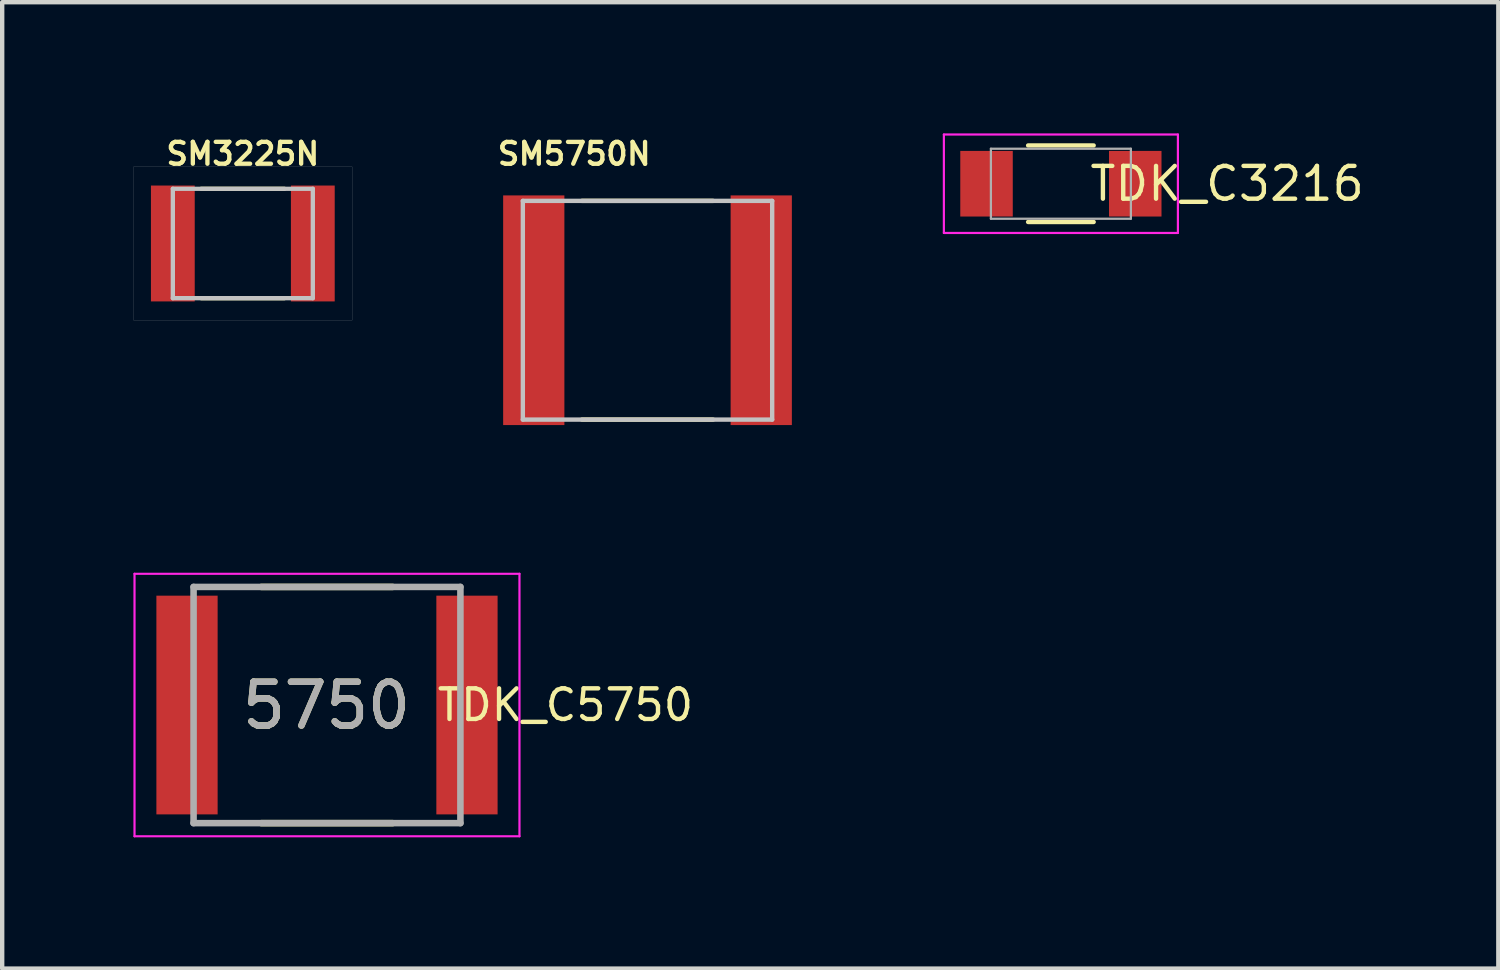
<source format=kicad_pcb>
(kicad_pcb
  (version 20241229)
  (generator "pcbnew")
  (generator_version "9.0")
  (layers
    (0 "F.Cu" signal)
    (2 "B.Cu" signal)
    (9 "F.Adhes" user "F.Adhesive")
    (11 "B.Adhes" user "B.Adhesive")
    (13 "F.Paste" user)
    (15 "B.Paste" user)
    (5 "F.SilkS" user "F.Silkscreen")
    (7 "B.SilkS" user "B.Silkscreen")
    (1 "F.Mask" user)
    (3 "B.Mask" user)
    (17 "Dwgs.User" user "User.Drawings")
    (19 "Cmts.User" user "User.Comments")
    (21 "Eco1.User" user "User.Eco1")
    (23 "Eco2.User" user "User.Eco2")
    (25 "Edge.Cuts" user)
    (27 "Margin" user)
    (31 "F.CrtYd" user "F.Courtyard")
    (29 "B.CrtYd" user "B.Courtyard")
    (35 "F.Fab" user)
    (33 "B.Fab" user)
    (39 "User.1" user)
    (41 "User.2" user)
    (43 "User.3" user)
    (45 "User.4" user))
  (footprint "TDK_C5750"
    (layer "F.Cu")
    (at 4.425 13.067)
    (property "Reference" "TDK_C5750" (at 5.45 0 0) (layer "F.SilkS") (effects (font (size 0.7 0.7) (thickness 0.1))))
    (attr smd)
    (fp_line (start -1.5 -2.7) (end 1.5 -2.7) (stroke (width 0.15) (type solid)) (layer "F.SilkS"))
    (fp_line (start 1.5 2.7) (end -1.5 2.7) (stroke (width 0.15) (type solid)) (layer "F.SilkS"))
    (fp_line (start -4.4 -3) (end 4.4 -3) (stroke (width 0.05) (type solid)) (layer "F.CrtYd"))
    (fp_line (start -4.4 3) (end -4.4 -3) (stroke (width 0.05) (type solid)) (layer "F.CrtYd"))
    (fp_line (start 4.4 -3) (end 4.4 3) (stroke (width 0.05) (type solid)) (layer "F.CrtYd"))
    (fp_line (start 4.4 3) (end -4.4 3) (stroke (width 0.05) (type solid)) (layer "F.CrtYd"))
    (fp_line (start -3.05 -2.7) (end 3.05 -2.7) (stroke (width 0.15) (type solid)) (layer "F.Fab"))
    (fp_line (start -3.05 2.7) (end -3.05 -2.7) (stroke (width 0.15) (type solid)) (layer "F.Fab"))
    (fp_line (start -3.05 2.7) (end 3.05 2.7) (stroke (width 0.15) (type solid)) (layer "F.Fab"))
    (fp_line (start 3.05 2.7) (end 3.05 -2.7) (stroke (width 0.15) (type solid)) (layer "F.Fab"))
    (fp_text user "5750" (at -0.013 0.013 180) (layer "F.SilkS") (effects (font (size 1 1) (thickness 0.15))))
    (fp_text user "5750" (at -0.013 0.013 180) (layer "F.Fab") (effects (font (size 1 1) (thickness 0.15))))
    (pad "1" smd rect (at -3.2 0) (size 1.4 5) (layers "F.Cu" "F.Mask" "F.Paste"))
    (pad "2" smd rect (at 3.2 0) (size 1.4 5) (layers "F.Cu" "F.Mask" "F.Paste")))
  (footprint "SM3225N"
    (layer "F.Cu")
    (at 2.501 2.516)
    (property "Reference" "SM3225N" (at 0 -2.05 0) (layer "F.SilkS") (effects (font (size 0.5 0.5) (thickness 0.099))))
    (attr smd)
    (fp_line (start -0.95 -1.25) (end 0.95 -1.25) (stroke (width 0.099) (type solid)) (layer "F.SilkS"))
    (fp_line (start -0.95 1.25) (end 0.95 1.25) (stroke (width 0.099) (type solid)) (layer "F.SilkS"))
    (fp_line (start -2.499 -1.75) (end -2.499 1.75) (stroke (width 0.003) (type solid)) (layer "Dwgs.User"))
    (fp_line (start -2.499 1.75) (end 2.499 1.75) (stroke (width 0.003) (type solid)) (layer "Dwgs.User"))
    (fp_line (start -1.6 -1.25) (end -1.6 1.25) (stroke (width 0.099) (type solid)) (layer "Dwgs.User"))
    (fp_line (start -1.6 1.25) (end 1.6 1.25) (stroke (width 0.099) (type solid)) (layer "Dwgs.User"))
    (fp_line (start 1.6 -1.25) (end -1.6 -1.25) (stroke (width 0.099) (type solid)) (layer "Dwgs.User"))
    (fp_line (start 1.6 1.25) (end 1.6 -1.25) (stroke (width 0.099) (type solid)) (layer "Dwgs.User"))
    (fp_line (start 2.499 -1.75) (end -2.499 -1.75) (stroke (width 0.003) (type solid)) (layer "Dwgs.User"))
    (fp_line (start 2.499 1.75) (end 2.499 -1.75) (stroke (width 0.003) (type solid)) (layer "Dwgs.User"))
    (pad "1" smd rect (at -1.6 0) (size 1.001 2.649) (layers "F.Cu" "F.Mask" "F.Paste"))
    (pad "2" smd rect (at 1.6 0) (size 1.001 2.649) (layers "F.Cu" "F.Mask" "F.Paste")))
  (footprint "TDK_C3216"
    (layer "F.Cu")
    (at 21.202 1.15)
    (property "Reference" "TDK_C3216" (at 3.8 0 0) (layer "F.SilkS") (effects (font (size 0.75 0.75) (thickness 0.1))))
    (attr smd)
    (fp_line (start -0.75 -0.875) (end 0.75 -0.875) (stroke (width 0.099) (type solid)) (layer "F.SilkS"))
    (fp_line (start -0.75 0.875) (end 0.75 0.875) (stroke (width 0.099) (type solid)) (layer "F.SilkS"))
    (fp_line (start -2.675 -1.125) (end 2.675 -1.125) (stroke (width 0.05) (type solid)) (layer "F.CrtYd"))
    (fp_line (start -2.675 1.125) (end -2.675 -1.125) (stroke (width 0.05) (type solid)) (layer "F.CrtYd"))
    (fp_line (start 2.675 -1.125) (end 2.675 1.125) (stroke (width 0.05) (type solid)) (layer "F.CrtYd"))
    (fp_line (start 2.675 1.125) (end -2.675 1.125) (stroke (width 0.05) (type solid)) (layer "F.CrtYd"))
    (fp_line (start -1.6 -0.8) (end -1.6 0.8) (stroke (width 0.051) (type solid)) (layer "F.Fab"))
    (fp_line (start -1.6 0.8) (end 1.6 0.8) (stroke (width 0.051) (type solid)) (layer "F.Fab"))
    (fp_line (start 1.6 -0.8) (end -1.6 -0.8) (stroke (width 0.051) (type solid)) (layer "F.Fab"))
    (fp_line (start 1.6 0.8) (end 1.6 -0.8) (stroke (width 0.051) (type solid)) (layer "F.Fab"))
    (pad "1" smd rect (at -1.7 0) (size 1.2 1.5) (layers "F.Cu" "F.Mask" "F.Paste"))
    (pad "2" smd rect (at 1.7 0) (size 1.2 1.5) (layers "F.Cu" "F.Mask" "F.Paste")))
  (footprint "SM5750N"
    (layer "F.Cu")
    (at 11.752 4.042)
    (property "Reference" "SM5750N" (at -1.675 -3.575 0) (layer "F.SilkS") (effects (font (size 0.5 0.5) (thickness 0.099))))
    (attr smd)
    (fp_line (start -1.5 -2.5) (end 1.5 -2.5) (stroke (width 0.1) (type solid)) (layer "F.SilkS"))
    (fp_line (start 1.5 2.5) (end -1.5 2.5) (stroke (width 0.1) (type solid)) (layer "F.SilkS"))
    (fp_line (start -3.75 -3) (end -3.75 3) (stroke (width 0.001) (type solid)) (layer "Dwgs.User"))
    (fp_line (start -3.75 3) (end 3.75 3) (stroke (width 0.001) (type solid)) (layer "Dwgs.User"))
    (fp_line (start -2.85 -2.5) (end -2.85 2.5) (stroke (width 0.1) (type solid)) (layer "Dwgs.User"))
    (fp_line (start -2.85 2.5) (end 2.85 2.5) (stroke (width 0.1) (type solid)) (layer "Dwgs.User"))
    (fp_line (start 2.85 -2.5) (end -2.85 -2.5) (stroke (width 0.1) (type solid)) (layer "Dwgs.User"))
    (fp_line (start 2.85 2.5) (end 2.85 -2.5) (stroke (width 0.1) (type solid)) (layer "Dwgs.User"))
    (fp_line (start 3.75 -3) (end -3.75 -3) (stroke (width 0.001) (type solid)) (layer "Dwgs.User"))
    (fp_line (start 3.75 3) (end 3.75 -3) (stroke (width 0.001) (type solid)) (layer "Dwgs.User"))
    (pad "1" smd rect (at -2.6 0) (size 1.4 5.25) (layers "F.Cu" "F.Mask" "F.Paste"))
    (pad "2" smd rect (at 2.6 0) (size 1.4 5.25) (layers "F.Cu" "F.Mask" "F.Paste")))
  (gr_rect
    (start -3 -3)
    (end 31.202 19.092)
    (stroke (width 0.1) (type default))
    (fill no)
    (layer "Edge.Cuts")))
</source>
